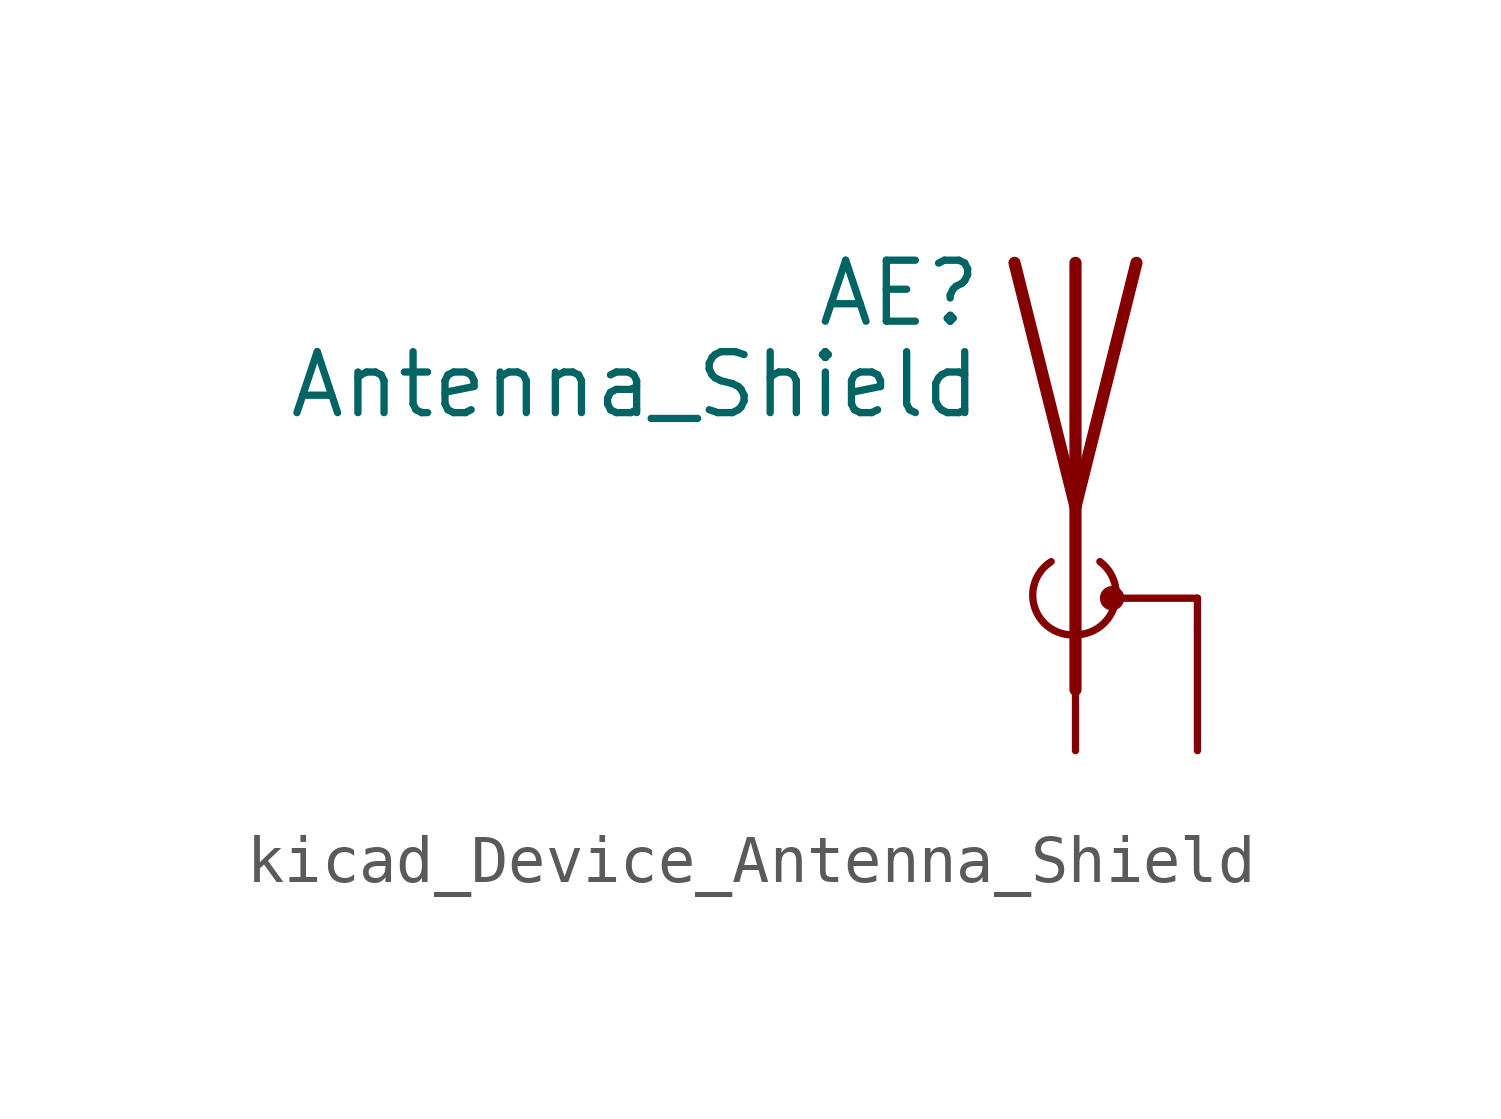
<source format=kicad_sym>
(kicad_symbol_lib
  (version 20220914)
  (generator kicad_symbol_editor)
  (symbol "kicad_Device_Antenna_Shield"
    (pin_numbers hide)
    (pin_names
      (offset 1.016) hide)
    (property "Reference" "AE"
      (at -1.905 4.445 0)
      (effects (font (size 1.27 1.27)) (justify right)))
    (property "Value" "Antenna_Shield"
      (at -1.905 2.54 0)
      (effects (font (size 1.27 1.27)) (justify right)))
    (symbol "kicad_Device_Antenna_Shield_0_1"
      (arc (start -0.508 -1.143) (mid -0.8429 -2.1194) (end 0 -2.667) (stroke (width 0) (type default)) (fill (type none)))
      (arc (start 0 -2.667) (mid 0.7989 -2.1052) (end 0.508 -1.143) (stroke (width 0) (type default)) (fill (type none)))
      (polyline (pts (xy 0 -2.54) (xy 0 0)) (stroke (width 0) (type default)) (fill (type none)))
      (polyline (pts (xy 0 5.08) (xy 0 -3.81)) (stroke (width 0.254) (type default)) (fill (type none)))
      (polyline (pts (xy 0.762 -1.905) (xy 2.54 -1.905)) (stroke (width 0) (type default)) (fill (type none)))
      (polyline (pts (xy 2.54 -2.54) (xy 2.54 -1.905)) (stroke (width 0) (type default)) (fill (type none)))
      (polyline (pts (xy 1.27 5.08) (xy 0 0) (xy -1.27 5.08)) (stroke (width 0.254) (type default)) (fill (type none)))
      (circle (center 0.762 -1.905) (radius 0.178) (stroke (width 0) (type default)) (fill (type outline))))
    (symbol "kicad_Device_Antenna_Shield_1_1"
      (pin input line (at 0 -5.08 90) (length 2.54) (name "A" (effects (font (size 1.27 1.27)))) (number "1" (effects (font (size 1.27 1.27)))))
      (pin input line (at 2.54 -5.08 90) (length 2.54) (name "Shield" (effects (font (size 1.27 1.27)))) (number "2" (effects (font (size 1.27 1.27))))))))
</source>
